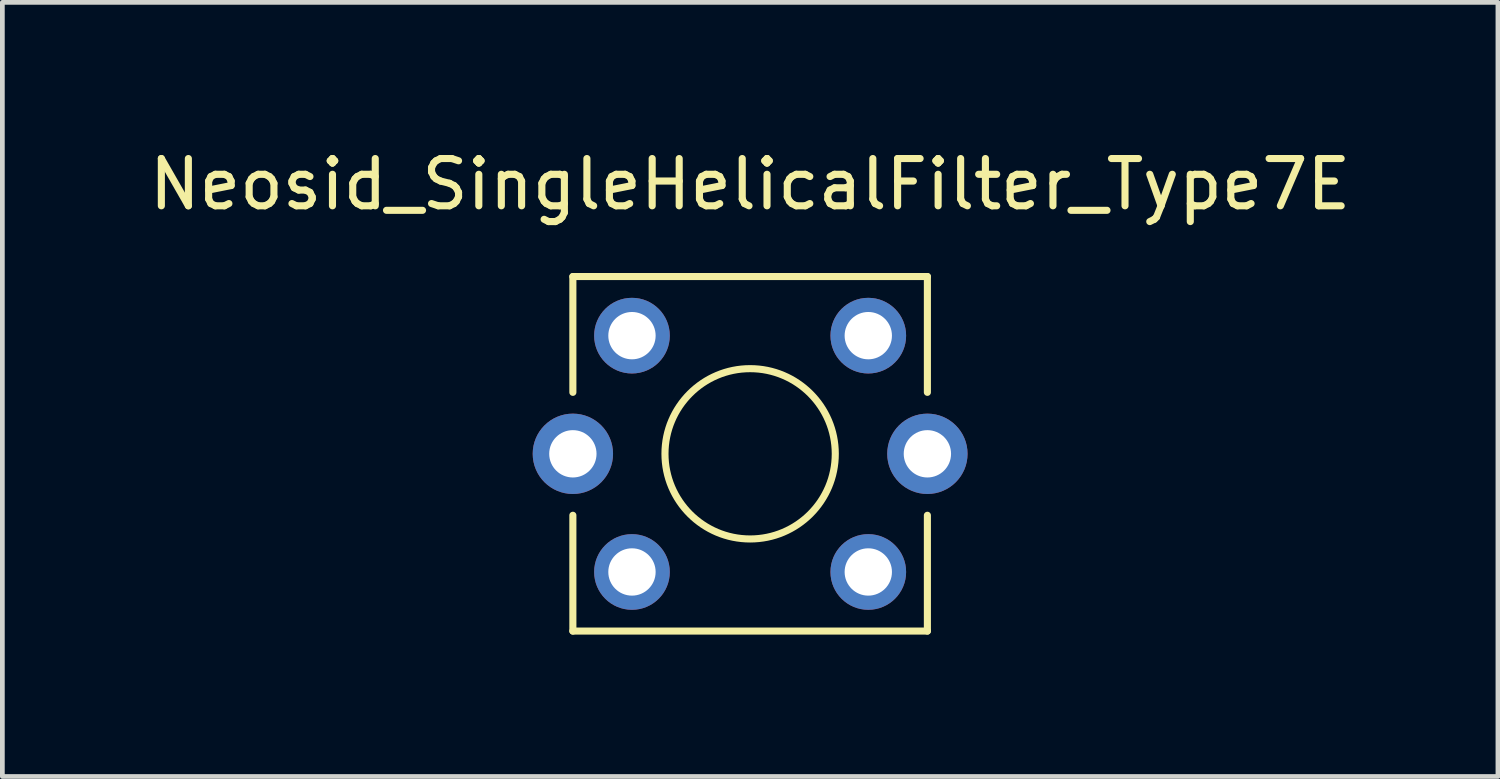
<source format=kicad_pcb>
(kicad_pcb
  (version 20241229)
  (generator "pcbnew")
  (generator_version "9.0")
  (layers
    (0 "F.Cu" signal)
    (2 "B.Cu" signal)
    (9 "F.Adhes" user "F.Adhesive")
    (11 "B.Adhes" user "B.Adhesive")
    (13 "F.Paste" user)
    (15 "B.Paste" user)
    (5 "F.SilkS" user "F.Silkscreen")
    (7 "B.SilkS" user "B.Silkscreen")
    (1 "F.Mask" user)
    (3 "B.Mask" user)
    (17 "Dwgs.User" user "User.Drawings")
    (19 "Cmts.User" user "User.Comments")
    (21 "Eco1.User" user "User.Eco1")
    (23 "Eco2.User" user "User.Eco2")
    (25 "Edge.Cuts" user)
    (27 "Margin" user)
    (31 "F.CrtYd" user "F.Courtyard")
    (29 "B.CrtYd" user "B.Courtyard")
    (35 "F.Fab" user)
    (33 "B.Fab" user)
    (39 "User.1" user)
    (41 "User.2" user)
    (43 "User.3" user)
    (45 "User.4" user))
  (footprint "Neosid_SingleHelicalFilter_Type7E"
    (layer "F.Cu")
    (at 12.815 6.548)
    (property "Reference" "Neosid_SingleHelicalFilter_Type7E" (at 0 -5.7 0) (layer "F.SilkS") (effects (font (size 1 1) (thickness 0.15))))
    (attr through_hole)
    (fp_line (start -3.749 -3.749) (end -3.749 -1.3) (stroke (width 0.15) (type solid)) (layer "F.SilkS"))
    (fp_line (start -3.749 1.3) (end -3.749 3.749) (stroke (width 0.15) (type solid)) (layer "F.SilkS"))
    (fp_line (start -3.749 3.749) (end 3.749 3.749) (stroke (width 0.15) (type solid)) (layer "F.SilkS"))
    (fp_line (start 3.749 -3.749) (end -3.749 -3.749) (stroke (width 0.15) (type solid)) (layer "F.SilkS"))
    (fp_line (start 3.749 -1.3) (end 3.749 -3.749) (stroke (width 0.15) (type solid)) (layer "F.SilkS"))
    (fp_line (start 3.749 3.749) (end 3.749 1.3) (stroke (width 0.15) (type solid)) (layer "F.SilkS"))
    (fp_circle (center 0 0) (end 1.801 0) (stroke (width 0.15) (type solid)) (fill no) (layer "F.SilkS"))
    (pad "1" thru_hole circle (at 2.499 2.499 90) (size 1.6 1.6) (drill 1.001) (layers "*.Cu" "*.Mask"))
    (pad "2" thru_hole circle (at 2.499 -2.499 90) (size 1.6 1.6) (drill 1.001) (layers "*.Cu" "*.Mask"))
    (pad "4" thru_hole circle (at -2.499 -2.499 90) (size 1.6 1.6) (drill 1.001) (layers "*.Cu" "*.Mask"))
    (pad "5" thru_hole circle (at -2.499 2.499 90) (size 1.6 1.6) (drill 1.001) (layers "*.Cu" "*.Mask"))
    (pad "~" thru_hole circle (at -3.749 0 90) (size 1.699 1.699) (drill 1.001) (layers "*.Cu" "*.Mask"))
    (pad "~" thru_hole circle (at 3.749 0 90) (size 1.699 1.699) (drill 1.001) (layers "*.Cu" "*.Mask")))
  (gr_rect
    (start -3 -3)
    (end 28.631 13.372)
    (stroke (width 0.1) (type default))
    (fill no)
    (layer "Edge.Cuts")))
</source>
